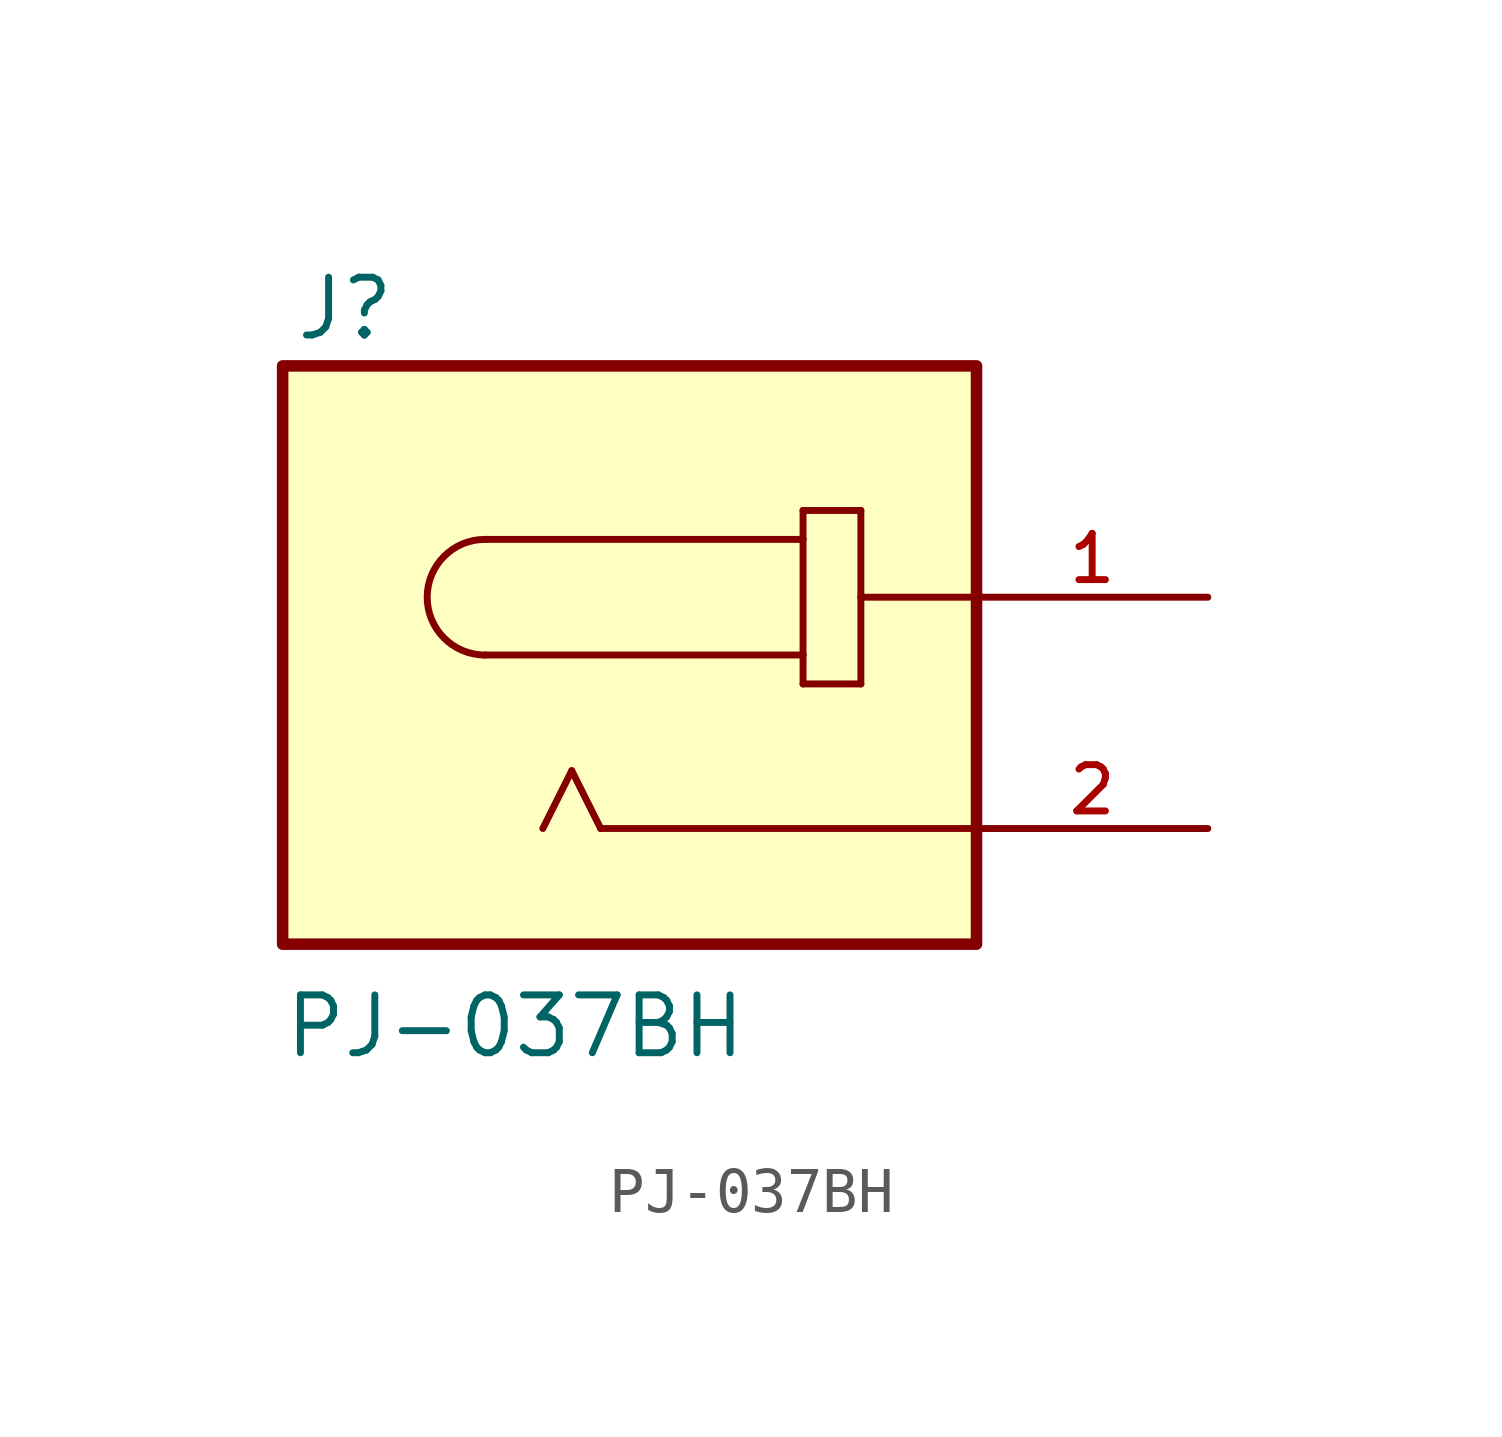
<source format=kicad_sym>
(kicad_symbol_lib
  (version 20231120)
  (generator "kicad_symbol_editor")
  (generator_version "8.0")
  (symbol "PJ-037BH"
    (pin_names
      (offset 1.016))
    (property "Reference" "J"
      (at -12.456 8.135 0)
      (effects (font (size 1.27 1.27)) (justify left bottom)))
    (property "Value" "PJ-037BH"
      (at -12.711 -7.628 0)
      (effects (font (size 1.27 1.27)) (justify left bottom)))
    (symbol "PJ-037BH_0_0"
      (rectangle (start -12.7 -5.08) (end 2.54 7.62) (stroke (width 0.254) (type default)) (fill (type background)))
      (arc (start -8.255 3.81) (mid -9.5194 2.54) (end -8.255 1.27) (stroke (width 0.1524) (type default)) (fill (type none)))
      (polyline (pts (xy -8.255 3.81) (xy -1.27 3.81)) (stroke (width 0.152) (type default)) (fill (type none)))
      (polyline (pts (xy -6.35 -1.27) (xy -6.985 -2.54)) (stroke (width 0.152) (type default)) (fill (type none)))
      (polyline (pts (xy -5.715 -2.54) (xy -6.35 -1.27)) (stroke (width 0.152) (type default)) (fill (type none)))
      (polyline (pts (xy -1.27 0.635) (xy 0 0.635)) (stroke (width 0.152) (type default)) (fill (type none)))
      (polyline (pts (xy -1.27 1.27) (xy -8.255 1.27)) (stroke (width 0.152) (type default)) (fill (type none)))
      (polyline (pts (xy -1.27 1.27) (xy -1.27 0.635)) (stroke (width 0.152) (type default)) (fill (type none)))
      (polyline (pts (xy -1.27 3.81) (xy -1.27 1.27)) (stroke (width 0.152) (type default)) (fill (type none)))
      (polyline (pts (xy -1.27 4.445) (xy -1.27 3.81)) (stroke (width 0.152) (type default)) (fill (type none)))
      (polyline (pts (xy 0 0.635) (xy 0 2.54)) (stroke (width 0.152) (type default)) (fill (type none)))
      (polyline (pts (xy 0 2.54) (xy 0 4.445)) (stroke (width 0.152) (type default)) (fill (type none)))
      (polyline (pts (xy 0 4.445) (xy -1.27 4.445)) (stroke (width 0.152) (type default)) (fill (type none)))
      (polyline (pts (xy 2.54 -2.54) (xy -5.715 -2.54)) (stroke (width 0.152) (type default)) (fill (type none)))
      (polyline (pts (xy 2.54 2.54) (xy 0 2.54)) (stroke (width 0.152) (type default)) (fill (type none)))
      (pin passive line (at 7.62 2.54 180) (length 5.08) (name "~" (effects (font (size 1.016 1.016)))) (number "1" (effects (font (size 1.016 1.016)))))
      (pin passive line (at 7.62 -2.54 180) (length 5.08) (name "~" (effects (font (size 1.016 1.016)))) (number "2" (effects (font (size 1.016 1.016))))))))
</source>
